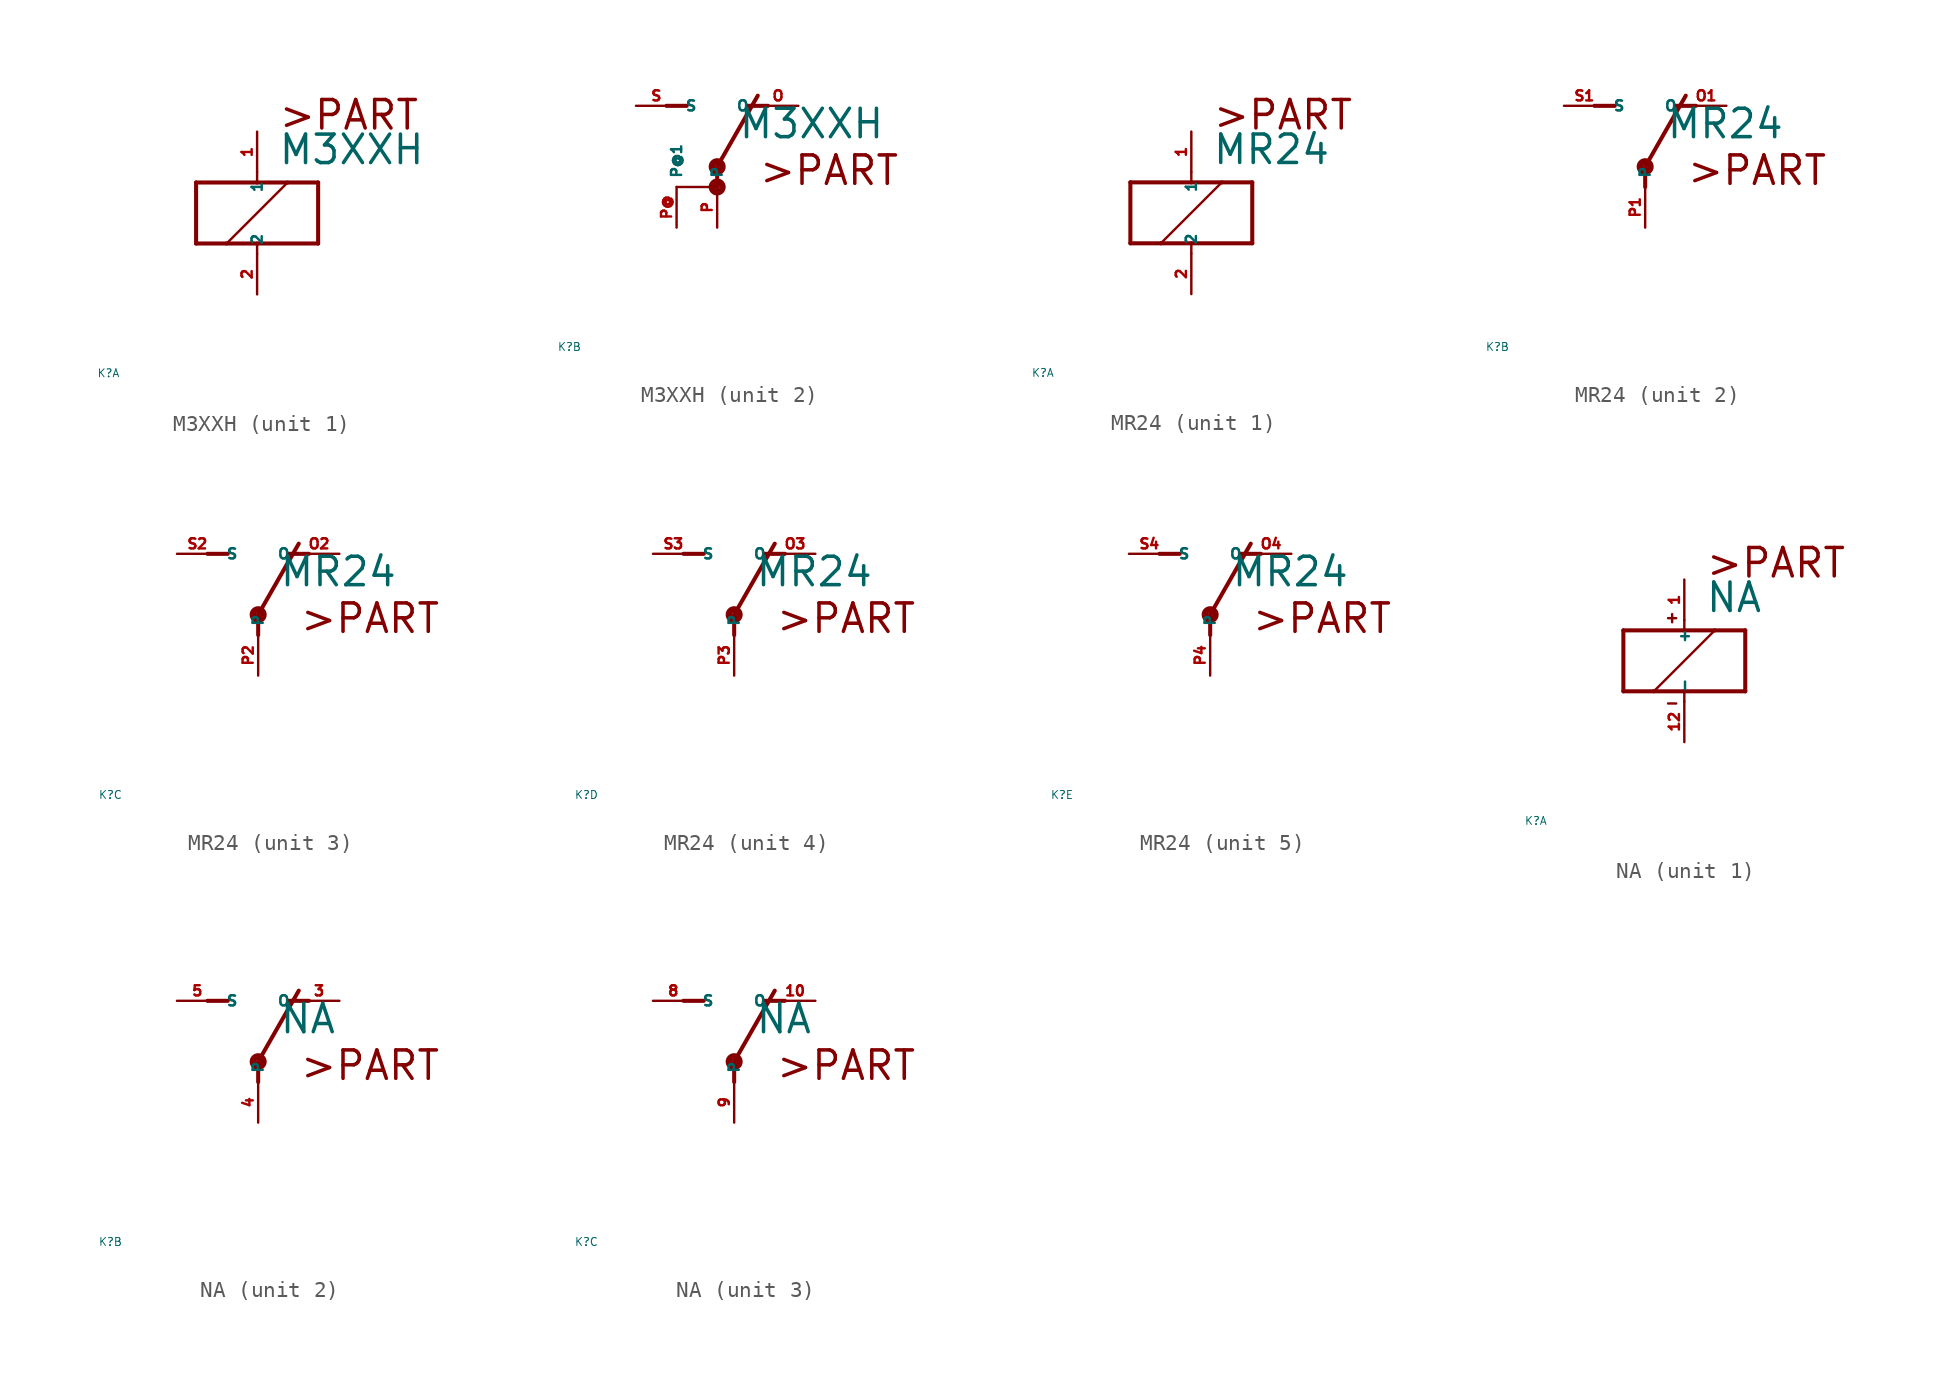
<source format=kicad_sym>
(kicad_symbol_lib
  (version 20220914)
  (generator Eagle2Kicad)
  (symbol "M3XXH"
    (property "Reference" "K"
      (at -10 -10 0)
      (effects (font (size 0.5 0.5) (thickness 0.06)) (justify left)))
    (property "Value" "M3XXH"
      (at 1.27 2.921 0)
      (effects (font (size 1.778 1.778) (thickness 0.22)) (justify left bottom)))
    (symbol "M3XXH_1_0"
      (polyline (pts (xy -3.81 -1.905) (xy -1.905 -1.905)) (stroke (width 0.254) (type default)) (fill (type none)))
      (polyline (pts (xy 3.81 -1.905) (xy 3.81 1.905)) (stroke (width 0.254) (type default)) (fill (type none)))
      (polyline (pts (xy 3.81 1.905) (xy 1.905 1.905)) (stroke (width 0.254) (type default)) (fill (type none)))
      (polyline (pts (xy -3.81 1.905) (xy -3.81 -1.905)) (stroke (width 0.254) (type default)) (fill (type none)))
      (polyline (pts (xy 0 -2.54) (xy 0 -1.905)) (stroke (width 0.152) (type default)) (fill (type none)))
      (polyline (pts (xy 0 -1.905) (xy 3.81 -1.905)) (stroke (width 0.254) (type default)) (fill (type none)))
      (polyline (pts (xy 0 2.54) (xy 0 1.905)) (stroke (width 0.152) (type default)) (fill (type none)))
      (polyline (pts (xy 0 1.905) (xy -3.81 1.905)) (stroke (width 0.254) (type default)) (fill (type none)))
      (polyline (pts (xy -1.905 -1.905) (xy 1.905 1.905)) (stroke (width 0.152) (type default)) (fill (type none)))
      (polyline (pts (xy -1.905 -1.905) (xy 0 -1.905)) (stroke (width 0.254) (type default)) (fill (type none)))
      (polyline (pts (xy 1.905 1.905) (xy 0 1.905)) (stroke (width 0.254) (type default)) (fill (type none)))
      (text ">PART" (at 1.27 5.08 0) (effects (font (size 1.778 1.778) (thickness 0.22)) (justify left bottom)))
      (pin passive line (at 0 -5.08 90) (length 2.54) (name "2" (effects (font (size 0.635 0.635) (thickness 0.08)) (justify left bottom))) (number "2" (effects (font (size 0.635 0.635) (thickness 0.08)) (justify left bottom))))
      (pin passive line (at 0 5.08 270) (length 2.54) (name "1" (effects (font (size 0.635 0.635) (thickness 0.08)) (justify left bottom))) (number "1" (effects (font (size 0.635 0.635) (thickness 0.08)) (justify left bottom)))))
    (symbol "M3XXH_2_0"
      (polyline (pts (xy 3.175 5.08) (xy 1.905 5.08)) (stroke (width 0.254) (type default)) (fill (type none)))
      (polyline (pts (xy -3.175 5.08) (xy -1.905 5.08)) (stroke (width 0.254) (type default)) (fill (type none)))
      (polyline (pts (xy 0 1.27) (xy 2.54 5.715)) (stroke (width 0.254) (type default)) (fill (type none)))
      (polyline (pts (xy -2.54 0) (xy 0 0)) (stroke (width 0.152) (type default)) (fill (type none)))
      (polyline (pts (xy 0 0) (xy 0 1.27)) (stroke (width 0.254) (type default)) (fill (type none)))
      (text ">PART" (at 2.54 0 0) (effects (font (size 1.778 1.778) (thickness 0.22)) (justify left bottom)))
      (circle (center 0 0) (radius 0.127) (stroke (width 0.406) (type default)) (fill (type none)))
      (circle (center 0 1.27) (radius 0.127) (stroke (width 0.406) (type default)) (fill (type none)))
      (pin passive line (at 5.08 5.08 180) (length 2.54) (name "O" (effects (font (size 0.635 0.635) (thickness 0.08)) (justify left bottom))) (number "O" (effects (font (size 0.635 0.635) (thickness 0.08)) (justify left bottom))))
      (pin passive line (at -5.08 5.08 0) (length 2.54) (name "S" (effects (font (size 0.635 0.635) (thickness 0.08)) (justify left bottom))) (number "S" (effects (font (size 0.635 0.635) (thickness 0.08)) (justify left bottom))))
      (pin passive line (at 0 -2.54 90) (length 2.54) (name "P" (effects (font (size 0.635 0.635) (thickness 0.08)) (justify left bottom))) (number "P" (effects (font (size 0.635 0.635) (thickness 0.08)) (justify left bottom))))
      (pin passive line (at -2.54 -2.54 90) (length 2.54) (name "P@1" (effects (font (size 0.635 0.635) (thickness 0.08)) (justify left bottom))) (number "P@" (effects (font (size 0.635 0.635) (thickness 0.08)) (justify left bottom))))))
  (symbol "MR24"
    (property "Reference" "K"
      (at -10 -10 0)
      (effects (font (size 0.5 0.5) (thickness 0.06)) (justify left)))
    (property "Value" "MR24"
      (at 1.27 2.921 0)
      (effects (font (size 1.778 1.778) (thickness 0.22)) (justify left bottom)))
    (symbol "MR24_1_0"
      (polyline (pts (xy -3.81 -1.905) (xy -1.905 -1.905)) (stroke (width 0.254) (type default)) (fill (type none)))
      (polyline (pts (xy 3.81 -1.905) (xy 3.81 1.905)) (stroke (width 0.254) (type default)) (fill (type none)))
      (polyline (pts (xy 3.81 1.905) (xy 1.905 1.905)) (stroke (width 0.254) (type default)) (fill (type none)))
      (polyline (pts (xy -3.81 1.905) (xy -3.81 -1.905)) (stroke (width 0.254) (type default)) (fill (type none)))
      (polyline (pts (xy 0 -2.54) (xy 0 -1.905)) (stroke (width 0.152) (type default)) (fill (type none)))
      (polyline (pts (xy 0 -1.905) (xy 3.81 -1.905)) (stroke (width 0.254) (type default)) (fill (type none)))
      (polyline (pts (xy 0 2.54) (xy 0 1.905)) (stroke (width 0.152) (type default)) (fill (type none)))
      (polyline (pts (xy 0 1.905) (xy -3.81 1.905)) (stroke (width 0.254) (type default)) (fill (type none)))
      (polyline (pts (xy -1.905 -1.905) (xy 1.905 1.905)) (stroke (width 0.152) (type default)) (fill (type none)))
      (polyline (pts (xy -1.905 -1.905) (xy 0 -1.905)) (stroke (width 0.254) (type default)) (fill (type none)))
      (polyline (pts (xy 1.905 1.905) (xy 0 1.905)) (stroke (width 0.254) (type default)) (fill (type none)))
      (text ">PART" (at 1.27 5.08 0) (effects (font (size 1.778 1.778) (thickness 0.22)) (justify left bottom)))
      (pin passive line (at 0 -5.08 90) (length 2.54) (name "2" (effects (font (size 0.635 0.635) (thickness 0.08)) (justify left bottom))) (number "2" (effects (font (size 0.635 0.635) (thickness 0.08)) (justify left bottom))))
      (pin passive line (at 0 5.08 270) (length 2.54) (name "1" (effects (font (size 0.635 0.635) (thickness 0.08)) (justify left bottom))) (number "1" (effects (font (size 0.635 0.635) (thickness 0.08)) (justify left bottom)))))
    (symbol "MR24_2_0"
      (polyline (pts (xy 3.175 5.08) (xy 1.905 5.08)) (stroke (width 0.254) (type default)) (fill (type none)))
      (polyline (pts (xy -3.175 5.08) (xy -1.905 5.08)) (stroke (width 0.254) (type default)) (fill (type none)))
      (polyline (pts (xy 0 1.27) (xy 2.54 5.715)) (stroke (width 0.254) (type default)) (fill (type none)))
      (polyline (pts (xy 0 1.27) (xy 0 0)) (stroke (width 0.254) (type default)) (fill (type none)))
      (text ">PART" (at 2.54 0 0) (effects (font (size 1.778 1.778) (thickness 0.22)) (justify left bottom)))
      (circle (center 0 1.27) (radius 0.127) (stroke (width 0.406) (type default)) (fill (type none)))
      (pin passive line (at 5.08 5.08 180) (length 2.54) (name "O" (effects (font (size 0.635 0.635) (thickness 0.08)) (justify left bottom))) (number "O1" (effects (font (size 0.635 0.635) (thickness 0.08)) (justify left bottom))))
      (pin passive line (at -5.08 5.08 0) (length 2.54) (name "S" (effects (font (size 0.635 0.635) (thickness 0.08)) (justify left bottom))) (number "S1" (effects (font (size 0.635 0.635) (thickness 0.08)) (justify left bottom))))
      (pin passive line (at 0 -2.54 90) (length 2.54) (name "P" (effects (font (size 0.635 0.635) (thickness 0.08)) (justify left bottom))) (number "P1" (effects (font (size 0.635 0.635) (thickness 0.08)) (justify left bottom)))))
    (symbol "MR24_3_0"
      (polyline (pts (xy 3.175 5.08) (xy 1.905 5.08)) (stroke (width 0.254) (type default)) (fill (type none)))
      (polyline (pts (xy -3.175 5.08) (xy -1.905 5.08)) (stroke (width 0.254) (type default)) (fill (type none)))
      (polyline (pts (xy 0 1.27) (xy 2.54 5.715)) (stroke (width 0.254) (type default)) (fill (type none)))
      (polyline (pts (xy 0 1.27) (xy 0 0)) (stroke (width 0.254) (type default)) (fill (type none)))
      (text ">PART" (at 2.54 0 0) (effects (font (size 1.778 1.778) (thickness 0.22)) (justify left bottom)))
      (circle (center 0 1.27) (radius 0.127) (stroke (width 0.406) (type default)) (fill (type none)))
      (pin passive line (at 5.08 5.08 180) (length 2.54) (name "O" (effects (font (size 0.635 0.635) (thickness 0.08)) (justify left bottom))) (number "O2" (effects (font (size 0.635 0.635) (thickness 0.08)) (justify left bottom))))
      (pin passive line (at -5.08 5.08 0) (length 2.54) (name "S" (effects (font (size 0.635 0.635) (thickness 0.08)) (justify left bottom))) (number "S2" (effects (font (size 0.635 0.635) (thickness 0.08)) (justify left bottom))))
      (pin passive line (at 0 -2.54 90) (length 2.54) (name "P" (effects (font (size 0.635 0.635) (thickness 0.08)) (justify left bottom))) (number "P2" (effects (font (size 0.635 0.635) (thickness 0.08)) (justify left bottom)))))
    (symbol "MR24_4_0"
      (polyline (pts (xy 3.175 5.08) (xy 1.905 5.08)) (stroke (width 0.254) (type default)) (fill (type none)))
      (polyline (pts (xy -3.175 5.08) (xy -1.905 5.08)) (stroke (width 0.254) (type default)) (fill (type none)))
      (polyline (pts (xy 0 1.27) (xy 2.54 5.715)) (stroke (width 0.254) (type default)) (fill (type none)))
      (polyline (pts (xy 0 1.27) (xy 0 0)) (stroke (width 0.254) (type default)) (fill (type none)))
      (text ">PART" (at 2.54 0 0) (effects (font (size 1.778 1.778) (thickness 0.22)) (justify left bottom)))
      (circle (center 0 1.27) (radius 0.127) (stroke (width 0.406) (type default)) (fill (type none)))
      (pin passive line (at 5.08 5.08 180) (length 2.54) (name "O" (effects (font (size 0.635 0.635) (thickness 0.08)) (justify left bottom))) (number "O3" (effects (font (size 0.635 0.635) (thickness 0.08)) (justify left bottom))))
      (pin passive line (at -5.08 5.08 0) (length 2.54) (name "S" (effects (font (size 0.635 0.635) (thickness 0.08)) (justify left bottom))) (number "S3" (effects (font (size 0.635 0.635) (thickness 0.08)) (justify left bottom))))
      (pin passive line (at 0 -2.54 90) (length 2.54) (name "P" (effects (font (size 0.635 0.635) (thickness 0.08)) (justify left bottom))) (number "P3" (effects (font (size 0.635 0.635) (thickness 0.08)) (justify left bottom)))))
    (symbol "MR24_5_0"
      (polyline (pts (xy 3.175 5.08) (xy 1.905 5.08)) (stroke (width 0.254) (type default)) (fill (type none)))
      (polyline (pts (xy -3.175 5.08) (xy -1.905 5.08)) (stroke (width 0.254) (type default)) (fill (type none)))
      (polyline (pts (xy 0 1.27) (xy 2.54 5.715)) (stroke (width 0.254) (type default)) (fill (type none)))
      (polyline (pts (xy 0 1.27) (xy 0 0)) (stroke (width 0.254) (type default)) (fill (type none)))
      (text ">PART" (at 2.54 0 0) (effects (font (size 1.778 1.778) (thickness 0.22)) (justify left bottom)))
      (circle (center 0 1.27) (radius 0.127) (stroke (width 0.406) (type default)) (fill (type none)))
      (pin passive line (at 5.08 5.08 180) (length 2.54) (name "O" (effects (font (size 0.635 0.635) (thickness 0.08)) (justify left bottom))) (number "O4" (effects (font (size 0.635 0.635) (thickness 0.08)) (justify left bottom))))
      (pin passive line (at -5.08 5.08 0) (length 2.54) (name "S" (effects (font (size 0.635 0.635) (thickness 0.08)) (justify left bottom))) (number "S4" (effects (font (size 0.635 0.635) (thickness 0.08)) (justify left bottom))))
      (pin passive line (at 0 -2.54 90) (length 2.54) (name "P" (effects (font (size 0.635 0.635) (thickness 0.08)) (justify left bottom))) (number "P4" (effects (font (size 0.635 0.635) (thickness 0.08)) (justify left bottom))))))
  (symbol "NA"
    (property "Reference" "K"
      (at -10 -10 0)
      (effects (font (size 0.5 0.5) (thickness 0.06)) (justify left)))
    (property "Value" "NA"
      (at 1.27 2.921 0)
      (effects (font (size 1.778 1.778) (thickness 0.22)) (justify left bottom)))
    (symbol "NA_1_0"
      (polyline (pts (xy -3.81 -1.905) (xy -1.905 -1.905)) (stroke (width 0.254) (type default)) (fill (type none)))
      (polyline (pts (xy 3.81 -1.905) (xy 3.81 1.905)) (stroke (width 0.254) (type default)) (fill (type none)))
      (polyline (pts (xy 3.81 1.905) (xy 1.905 1.905)) (stroke (width 0.254) (type default)) (fill (type none)))
      (polyline (pts (xy -3.81 1.905) (xy -3.81 -1.905)) (stroke (width 0.254) (type default)) (fill (type none)))
      (polyline (pts (xy 0 -2.54) (xy 0 -1.905)) (stroke (width 0.152) (type default)) (fill (type none)))
      (polyline (pts (xy 0 -1.905) (xy 3.81 -1.905)) (stroke (width 0.254) (type default)) (fill (type none)))
      (polyline (pts (xy 0 2.54) (xy 0 1.905)) (stroke (width 0.152) (type default)) (fill (type none)))
      (polyline (pts (xy 0 1.905) (xy -3.81 1.905)) (stroke (width 0.254) (type default)) (fill (type none)))
      (polyline (pts (xy -1.905 -1.905) (xy 1.905 1.905)) (stroke (width 0.152) (type default)) (fill (type none)))
      (polyline (pts (xy -1.905 -1.905) (xy 0 -1.905)) (stroke (width 0.254) (type default)) (fill (type none)))
      (polyline (pts (xy 1.905 1.905) (xy 0 1.905)) (stroke (width 0.254) (type default)) (fill (type none)))
      (polyline (pts (xy -1.016 2.667) (xy -0.508 2.667)) (stroke (width 0.152) (type default)) (fill (type none)))
      (polyline (pts (xy -0.762 2.921) (xy -0.762 2.413)) (stroke (width 0.152) (type default)) (fill (type none)))
      (polyline (pts (xy -1.016 -2.667) (xy -0.508 -2.667)) (stroke (width 0.152) (type default)) (fill (type none)))
      (text ">PART" (at 1.27 5.08 0) (effects (font (size 1.778 1.778) (thickness 0.22)) (justify left bottom)))
      (pin passive line (at 0 -5.08 90) (length 2.54) (name "-" (effects (font (size 0.635 0.635) (thickness 0.08)) (justify left bottom))) (number "12" (effects (font (size 0.635 0.635) (thickness 0.08)) (justify left bottom))))
      (pin passive line (at 0 5.08 270) (length 2.54) (name "+" (effects (font (size 0.635 0.635) (thickness 0.08)) (justify left bottom))) (number "1" (effects (font (size 0.635 0.635) (thickness 0.08)) (justify left bottom)))))
    (symbol "NA_2_0"
      (polyline (pts (xy 3.175 5.08) (xy 1.905 5.08)) (stroke (width 0.254) (type default)) (fill (type none)))
      (polyline (pts (xy -3.175 5.08) (xy -1.905 5.08)) (stroke (width 0.254) (type default)) (fill (type none)))
      (polyline (pts (xy 0 1.27) (xy 2.54 5.715)) (stroke (width 0.254) (type default)) (fill (type none)))
      (polyline (pts (xy 0 1.27) (xy 0 0)) (stroke (width 0.254) (type default)) (fill (type none)))
      (text ">PART" (at 2.54 0 0) (effects (font (size 1.778 1.778) (thickness 0.22)) (justify left bottom)))
      (circle (center 0 1.27) (radius 0.127) (stroke (width 0.406) (type default)) (fill (type none)))
      (pin passive line (at 5.08 5.08 180) (length 2.54) (name "O" (effects (font (size 0.635 0.635) (thickness 0.08)) (justify left bottom))) (number "3" (effects (font (size 0.635 0.635) (thickness 0.08)) (justify left bottom))))
      (pin passive line (at -5.08 5.08 0) (length 2.54) (name "S" (effects (font (size 0.635 0.635) (thickness 0.08)) (justify left bottom))) (number "5" (effects (font (size 0.635 0.635) (thickness 0.08)) (justify left bottom))))
      (pin passive line (at 0 -2.54 90) (length 2.54) (name "P" (effects (font (size 0.635 0.635) (thickness 0.08)) (justify left bottom))) (number "4" (effects (font (size 0.635 0.635) (thickness 0.08)) (justify left bottom)))))
    (symbol "NA_3_0"
      (polyline (pts (xy 3.175 5.08) (xy 1.905 5.08)) (stroke (width 0.254) (type default)) (fill (type none)))
      (polyline (pts (xy -3.175 5.08) (xy -1.905 5.08)) (stroke (width 0.254) (type default)) (fill (type none)))
      (polyline (pts (xy 0 1.27) (xy 2.54 5.715)) (stroke (width 0.254) (type default)) (fill (type none)))
      (polyline (pts (xy 0 1.27) (xy 0 0)) (stroke (width 0.254) (type default)) (fill (type none)))
      (text ">PART" (at 2.54 0 0) (effects (font (size 1.778 1.778) (thickness 0.22)) (justify left bottom)))
      (circle (center 0 1.27) (radius 0.127) (stroke (width 0.406) (type default)) (fill (type none)))
      (pin passive line (at 5.08 5.08 180) (length 2.54) (name "O" (effects (font (size 0.635 0.635) (thickness 0.08)) (justify left bottom))) (number "10" (effects (font (size 0.635 0.635) (thickness 0.08)) (justify left bottom))))
      (pin passive line (at -5.08 5.08 0) (length 2.54) (name "S" (effects (font (size 0.635 0.635) (thickness 0.08)) (justify left bottom))) (number "8" (effects (font (size 0.635 0.635) (thickness 0.08)) (justify left bottom))))
      (pin passive line (at 0 -2.54 90) (length 2.54) (name "P" (effects (font (size 0.635 0.635) (thickness 0.08)) (justify left bottom))) (number "9" (effects (font (size 0.635 0.635) (thickness 0.08)) (justify left bottom)))))))
</source>
